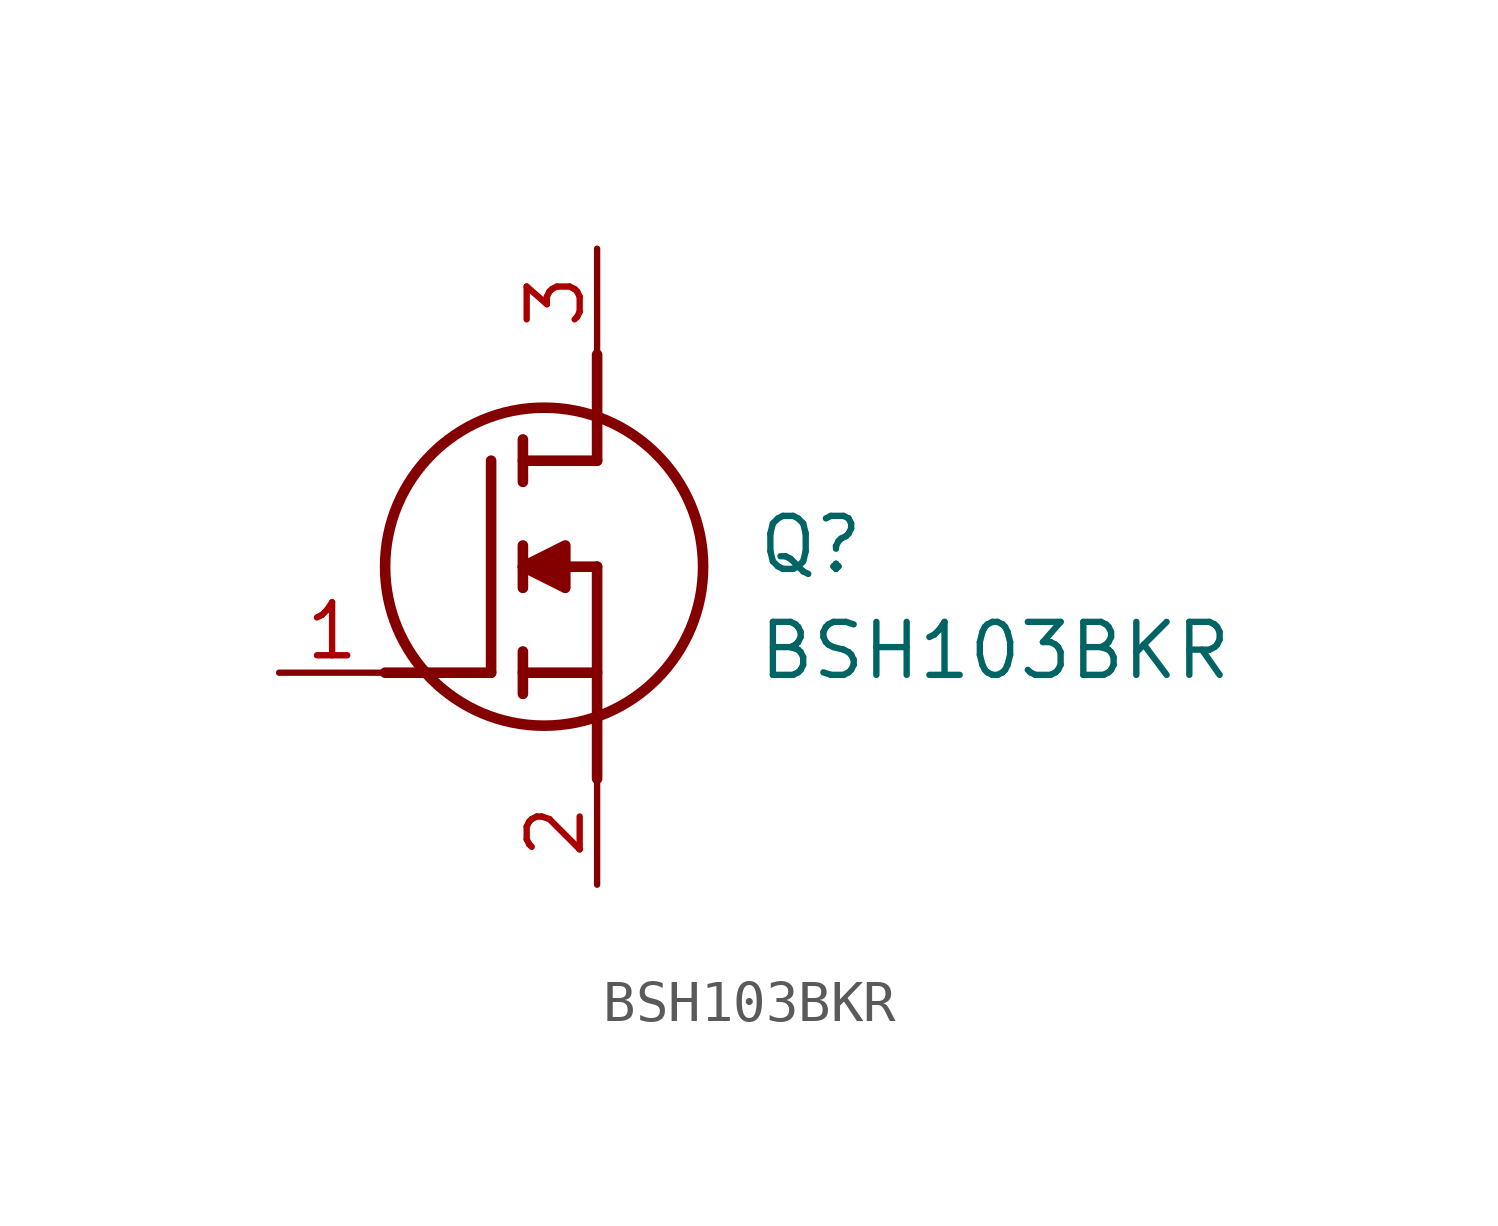
<source format=kicad_sym>
(kicad_symbol_lib
  (version 20211014)
  (generator SamacSys_ECAD_Model)
  (symbol "BSH103BKR"
    (pin_names hide)
    (property "Reference" "Q"
      (at 11.43 3.81 0)
      (effects (font (size 1.27 1.27)) (justify left top)))
    (property "Value" "BSH103BKR"
      (at 11.43 1.27 0)
      (effects (font (size 1.27 1.27)) (justify left top)))
    (polyline
      (pts (xy 7.62 2.54) (xy 7.62 -2.54))
      (stroke (width 0.254) (type default))
      (fill (type none)))
    (polyline
      (pts (xy 7.62 5.08) (xy 7.62 7.62))
      (stroke (width 0.254) (type default))
      (fill (type none)))
    (polyline
      (pts (xy 2.54 0) (xy 5.08 0))
      (stroke (width 0.254) (type default))
      (fill (type none)))
    (polyline
      (pts (xy 5.08 5.08) (xy 5.08 0))
      (stroke (width 0.254) (type default))
      (fill (type none)))
    (polyline
      (pts (xy 7.62 2.54) (xy 5.842 2.54))
      (stroke (width 0.254) (type default))
      (fill (type none)))
    (polyline
      (pts (xy 7.62 5.08) (xy 5.842 5.08))
      (stroke (width 0.254) (type default))
      (fill (type none)))
    (polyline
      (pts (xy 5.842 0) (xy 7.62 0))
      (stroke (width 0.254) (type default))
      (fill (type none)))
    (polyline
      (pts (xy 5.842 5.588) (xy 5.842 4.572))
      (stroke (width 0.254) (type default))
      (fill (type none)))
    (polyline
      (pts (xy 5.842 -0.508) (xy 5.842 0.508))
      (stroke (width 0.254) (type default))
      (fill (type none)))
    (polyline
      (pts (xy 5.842 2.032) (xy 5.842 3.048))
      (stroke (width 0.254) (type default))
      (fill (type none)))
    (circle
      (center 6.35 2.54)
      (radius 3.81)
      (stroke (width 0.254) (type default))
      (fill (type none)))
    (polyline
      (pts (xy 5.842 2.54) (xy 6.858 3.048) (xy 6.858 2.032) (xy 5.842 2.54))
      (stroke (width 0.254) (type default))
      (fill (type outline)))
    (pin passive line
      (at 0 0 0)
      (length 2.54)
      (name "G" (effects (font (size 1.27 1.27))))
      (number "1" (effects (font (size 1.27 1.27)))))
    (pin passive line
      (at 7.62 10.16 270)
      (length 2.54)
      (name "D" (effects (font (size 1.27 1.27))))
      (number "3" (effects (font (size 1.27 1.27)))))
    (pin passive line
      (at 7.62 -5.08 90)
      (length 2.54)
      (name "S" (effects (font (size 1.27 1.27))))
      (number "2" (effects (font (size 1.27 1.27)))))))
</source>
